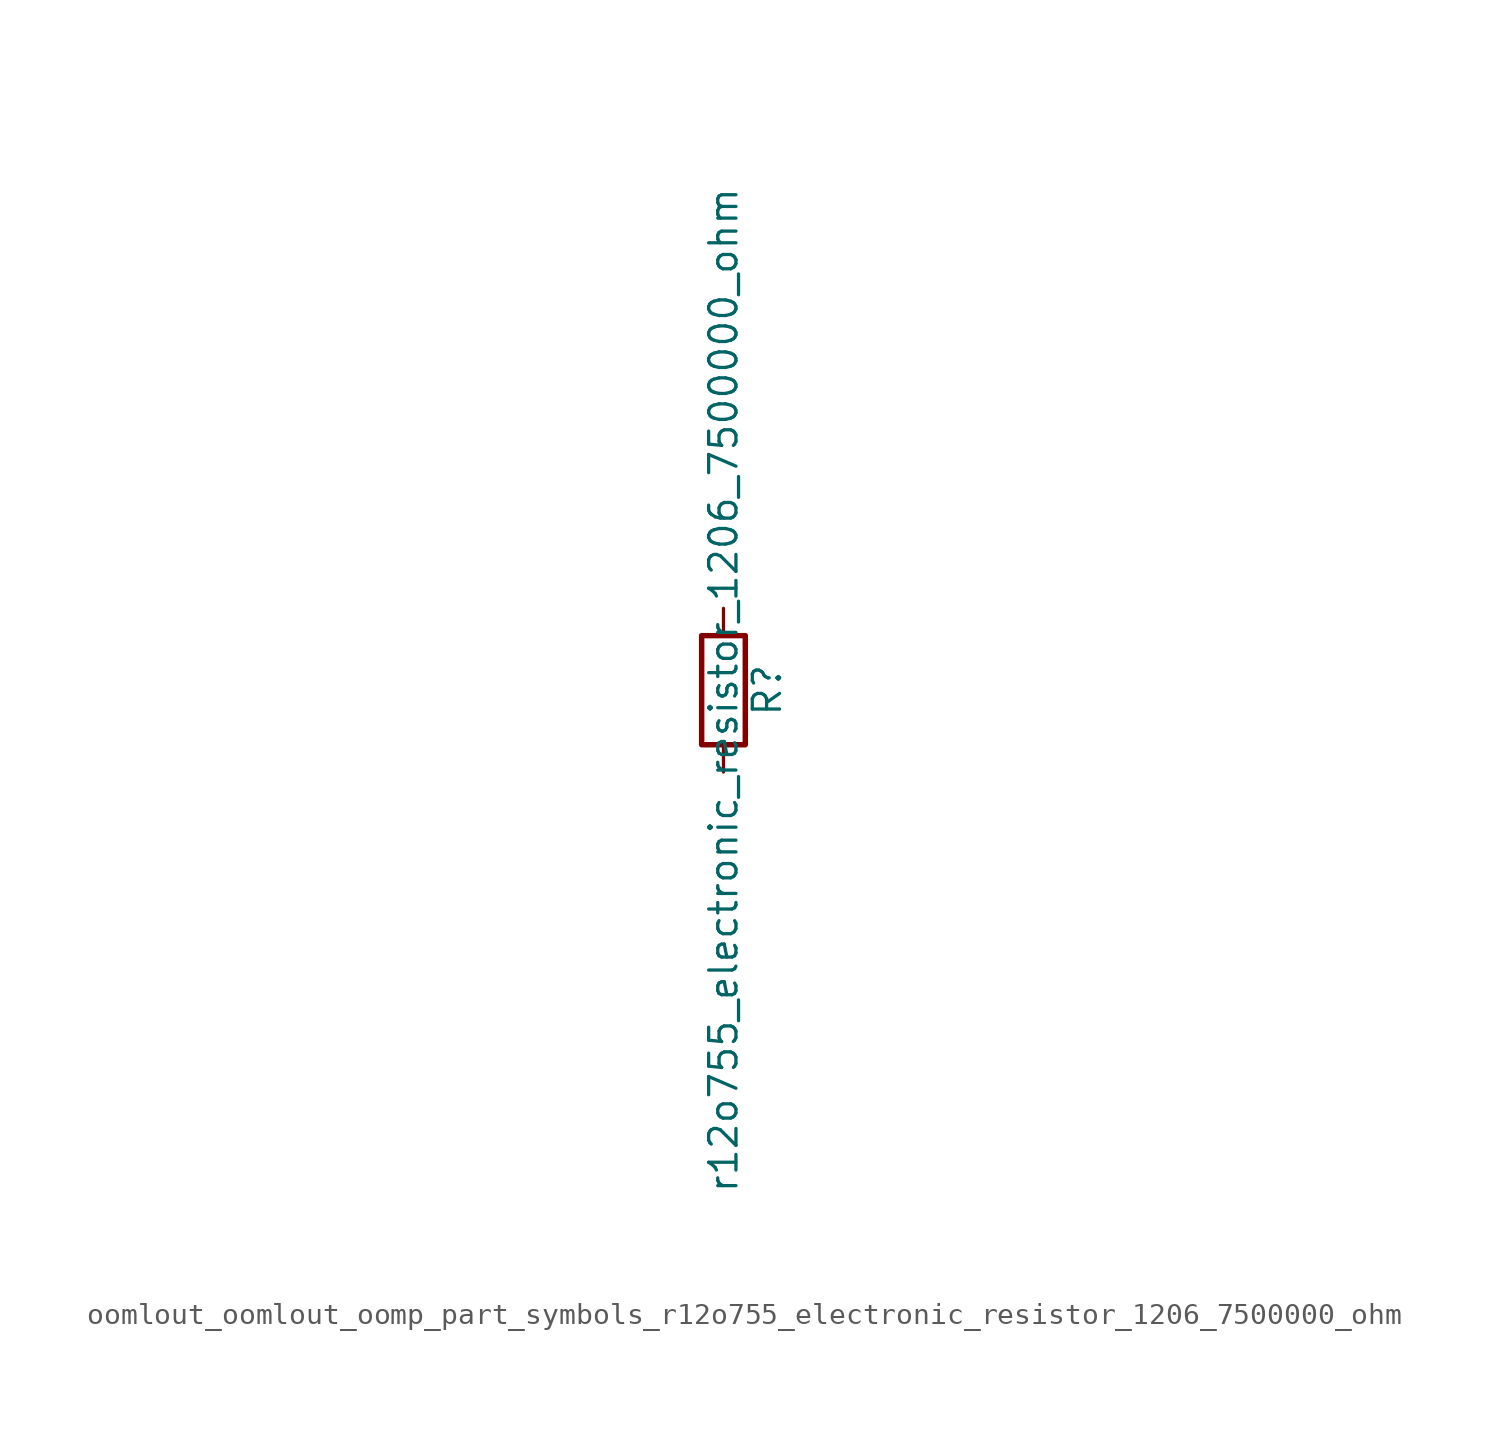
<source format=kicad_sym>
(kicad_symbol_lib
  (version 20220914)
  (generator kicad_symbol_editor)
  (symbol "oomlout_oomlout_oomp_part_symbols_r12o755_electronic_resistor_1206_7500000_ohm"
    (pin_numbers hide)
    (pin_names
      (offset 0))
    (property "Reference" "R"
      (at 2.032 0 90)
      (effects (font (size 1.27 1.27))))
    (property "Value" "r12o755_electronic_resistor_1206_7500000_ohm"
      (at 0 0 90)
      (effects (font (size 1.27 1.27))))
    (symbol "oomlout_oomlout_oomp_part_symbols_r12o755_electronic_resistor_1206_7500000_ohm_0_1"
      (rectangle (start -1.016 -2.54) (end 1.016 2.54) (stroke (width 0.254) (type default)) (fill (type none))))
    (symbol "oomlout_oomlout_oomp_part_symbols_r12o755_electronic_resistor_1206_7500000_ohm_1_1"
      (pin passive line (at 0 3.81 270) (length 1.27) (name "~" (effects (font (size 1.27 1.27)))) (number "1" (effects (font (size 1.27 1.27)))))
      (pin passive line (at 0 -3.81 90) (length 1.27) (name "~" (effects (font (size 1.27 1.27)))) (number "2" (effects (font (size 1.27 1.27))))))))
</source>
